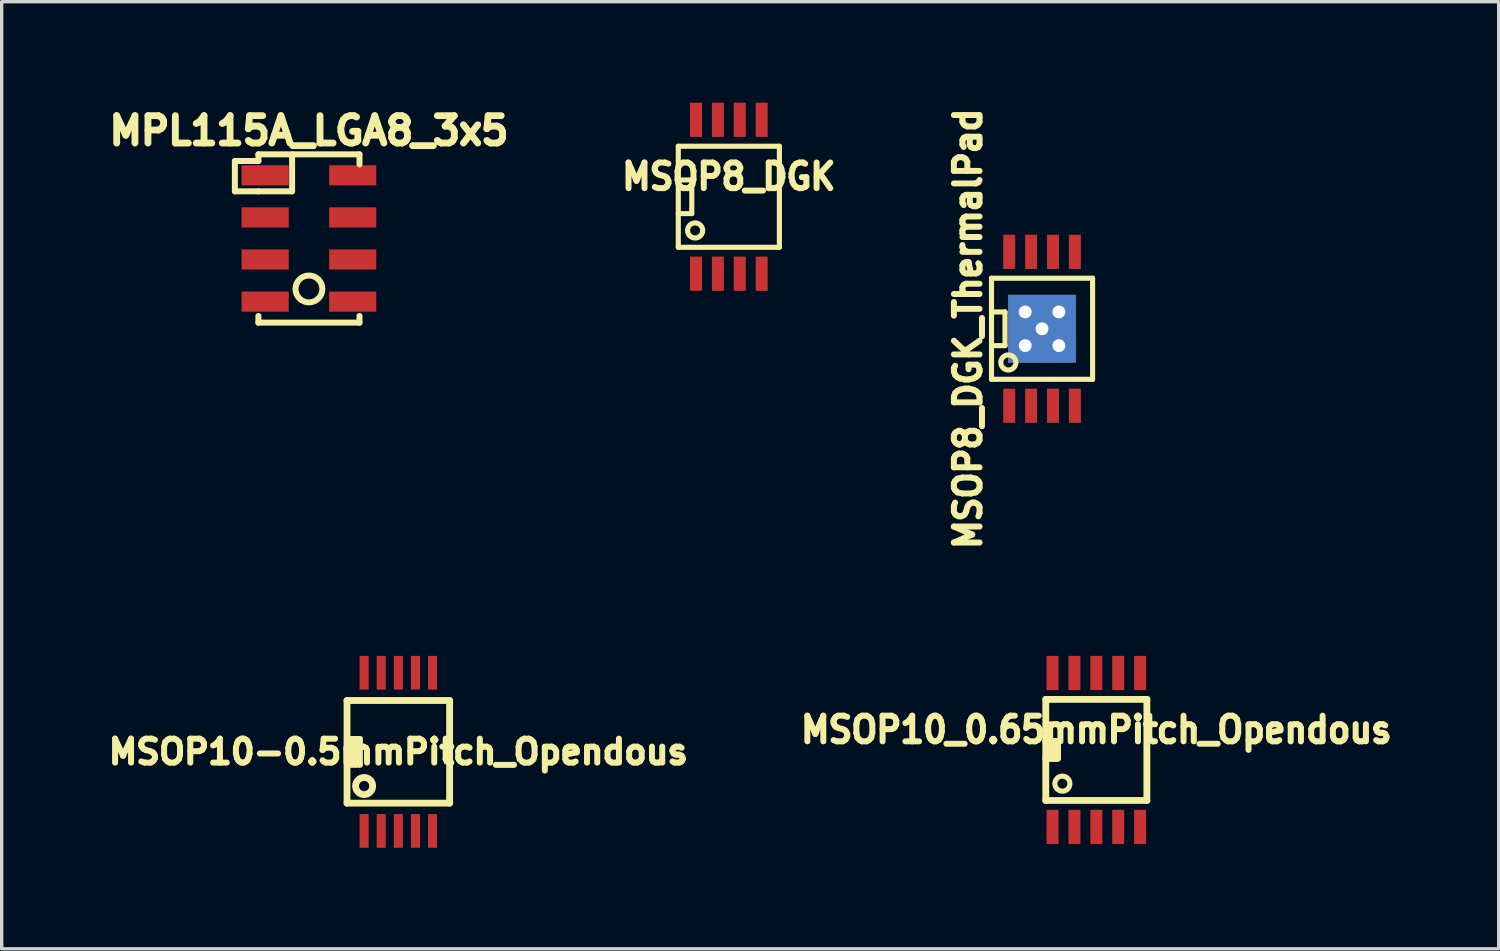
<source format=kicad_pcb>
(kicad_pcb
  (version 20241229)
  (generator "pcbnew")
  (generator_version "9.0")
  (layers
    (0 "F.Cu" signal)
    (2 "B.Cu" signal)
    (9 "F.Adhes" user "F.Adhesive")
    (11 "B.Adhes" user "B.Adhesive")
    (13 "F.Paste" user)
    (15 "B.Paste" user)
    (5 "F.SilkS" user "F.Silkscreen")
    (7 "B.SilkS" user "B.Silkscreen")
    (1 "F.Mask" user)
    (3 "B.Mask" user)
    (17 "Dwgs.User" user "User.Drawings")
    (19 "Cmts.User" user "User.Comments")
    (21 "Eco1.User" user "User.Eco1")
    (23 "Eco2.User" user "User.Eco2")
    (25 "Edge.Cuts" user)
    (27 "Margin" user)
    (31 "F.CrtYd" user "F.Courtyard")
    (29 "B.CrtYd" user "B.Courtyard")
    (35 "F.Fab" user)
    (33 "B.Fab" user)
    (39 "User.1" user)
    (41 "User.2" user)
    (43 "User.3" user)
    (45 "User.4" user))
  (footprint "MSOP10_0.65mmPitch_Opendous"
    (layer "F.Cu")
    (at 29.512 19.224)
    (property "Reference" "MSOP10_0.65mmPitch_Opendous" (at 0 -0.599 0) (layer "F.SilkS") (effects (font (size 0.762 0.711) (thickness 0.178))))
    (attr smd)
    (fp_line (start -1.501 -1.501) (end -1.501 1.501) (stroke (width 0.203) (type solid)) (layer "F.SilkS"))
    (fp_line (start -1.501 0.249) (end -1.25 0.249) (stroke (width 0.203) (type solid)) (layer "F.SilkS"))
    (fp_line (start -1.501 1.501) (end 1.501 1.501) (stroke (width 0.203) (type solid)) (layer "F.SilkS"))
    (fp_line (start -1.374 -0.249) (end -1.374 0.226) (stroke (width 0.203) (type solid)) (layer "F.SilkS"))
    (fp_line (start -1.326 -0.249) (end -1.151 -0.249) (stroke (width 0.203) (type solid)) (layer "F.SilkS"))
    (fp_line (start -1.25 -0.249) (end -1.501 -0.249) (stroke (width 0.203) (type solid)) (layer "F.SilkS"))
    (fp_line (start -1.25 0.249) (end -1.25 -0.249) (stroke (width 0.203) (type solid)) (layer "F.SilkS"))
    (fp_line (start -1.151 -0.249) (end -1.151 0.249) (stroke (width 0.203) (type solid)) (layer "F.SilkS"))
    (fp_line (start -1.151 0.249) (end -1.374 0.249) (stroke (width 0.203) (type solid)) (layer "F.SilkS"))
    (fp_line (start 1.501 -1.501) (end -1.501 -1.501) (stroke (width 0.203) (type solid)) (layer "F.SilkS"))
    (fp_line (start 1.501 1.501) (end 1.501 -1.501) (stroke (width 0.203) (type solid)) (layer "F.SilkS"))
    (fp_circle (center -1.008 1.001) (end -0.808 0.902) (stroke (width 0.152) (type solid)) (fill no) (layer "F.SilkS"))
    (pad "1" smd rect (at -1.3 2.286) (size 0.356 1.016) (layers "F.Cu" "F.Mask" "F.Paste"))
    (pad "2" smd rect (at -0.65 2.286) (size 0.356 1.016) (layers "F.Cu" "F.Mask" "F.Paste"))
    (pad "3" smd rect (at 0 2.286) (size 0.356 1.016) (layers "F.Cu" "F.Mask" "F.Paste"))
    (pad "4" smd rect (at 0.65 2.286) (size 0.356 1.016) (layers "F.Cu" "F.Mask" "F.Paste"))
    (pad "5" smd rect (at 1.3 2.286) (size 0.356 1.016) (layers "F.Cu" "F.Mask" "F.Paste"))
    (pad "6" smd rect (at 1.3 -2.286) (size 0.356 1.016) (layers "F.Cu" "F.Mask" "F.Paste"))
    (pad "7" smd rect (at 0.65 -2.286) (size 0.356 1.016) (layers "F.Cu" "F.Mask" "F.Paste"))
    (pad "8" smd rect (at 0 -2.286) (size 0.356 1.016) (layers "F.Cu" "F.Mask" "F.Paste"))
    (pad "9" smd rect (at -0.65 -2.286) (size 0.356 1.016) (layers "F.Cu" "F.Mask" "F.Paste"))
    (pad "10" smd rect (at -1.3 -2.286) (size 0.356 1.016) (layers "F.Cu" "F.Mask" "F.Paste")))
  (footprint "MSOP8_DGK_ThermalPad"
    (layer "F.Cu")
    (at 27.9 6.715)
    (property "Reference" "MSOP8_DGK_ThermalPad" (at -2.2 0 90) (layer "F.SilkS") (effects (font (size 0.762 0.711) (thickness 0.178))))
    (attr smd)
    (fp_line (start -1.501 -1.501) (end -1.501 1.501) (stroke (width 0.152) (type solid)) (layer "F.SilkS"))
    (fp_line (start -1.501 -0.5) (end -1.1 -0.5) (stroke (width 0.152) (type solid)) (layer "F.SilkS"))
    (fp_line (start -1.501 1.501) (end 1.501 1.501) (stroke (width 0.152) (type solid)) (layer "F.SilkS"))
    (fp_line (start -1.1 -0.5) (end -1.1 0.5) (stroke (width 0.152) (type solid)) (layer "F.SilkS"))
    (fp_line (start -1.1 0.5) (end -1.501 0.5) (stroke (width 0.152) (type solid)) (layer "F.SilkS"))
    (fp_line (start 1.501 -1.501) (end -1.501 -1.501) (stroke (width 0.152) (type solid)) (layer "F.SilkS"))
    (fp_line (start 1.501 1.501) (end 1.501 -1.501) (stroke (width 0.152) (type solid)) (layer "F.SilkS"))
    (fp_circle (center -1.001 1.001) (end -0.8 0.902) (stroke (width 0.152) (type solid)) (fill no) (layer "F.SilkS"))
    (pad "1" smd rect (at -0.975 2.286) (size 0.356 1.016) (layers "F.Cu" "F.Mask" "F.Paste"))
    (pad "2" smd rect (at -0.325 2.286) (size 0.356 1.016) (layers "F.Cu" "F.Mask" "F.Paste"))
    (pad "3" smd rect (at 0.325 2.286) (size 0.356 1.016) (layers "F.Cu" "F.Mask" "F.Paste"))
    (pad "4" smd rect (at 0.975 2.286) (size 0.356 1.016) (layers "F.Cu" "F.Mask" "F.Paste"))
    (pad "5" smd rect (at 0.975 -2.286) (size 0.356 1.016) (layers "F.Cu" "F.Mask" "F.Paste"))
    (pad "6" smd rect (at 0.325 -2.286) (size 0.356 1.016) (layers "F.Cu" "F.Mask" "F.Paste"))
    (pad "7" smd rect (at -0.325 -2.286) (size 0.356 1.016) (layers "F.Cu" "F.Mask" "F.Paste"))
    (pad "8" smd rect (at -0.975 -2.286) (size 0.356 1.016) (layers "F.Cu" "F.Mask" "F.Paste"))
    (pad "9" thru_hole rect (at -0.5 -0.5) (size 1.016 1.016) (drill 0.381) (layers "*.Cu" "F.Mask"))
    (pad "9" thru_hole rect (at -0.5 0.5) (size 1.016 1.016) (drill 0.381) (layers "*.Cu" "F.Mask"))
    (pad "9" thru_hole rect (at 0 0) (size 1.651 1.651) (drill 0.381) (layers "*.Cu" "F.Mask" "F.Paste"))
    (pad "9" thru_hole rect (at 0.5 -0.5) (size 1.016 1.016) (drill 0.381) (layers "*.Cu" "F.Mask"))
    (pad "9" thru_hole rect (at 0.5 0.5) (size 1.016 1.016) (drill 0.381) (layers "*.Cu" "F.Mask")))
  (footprint "MPL115A_LGA8_3x5"
    (layer "F.Cu")
    (at 6.126 4.033)
    (property "Reference" "MPL115A_LGA8_3x5" (at 0 -3.2 0) (layer "F.SilkS") (effects (font (size 0.813 0.813) (thickness 0.203))))
    (attr smd)
    (fp_line (start -2.2 -2.301) (end -1.501 -2.301) (stroke (width 0.178) (type solid)) (layer "F.SilkS"))
    (fp_line (start -2.2 -1.4) (end -2.2 -2.301) (stroke (width 0.178) (type solid)) (layer "F.SilkS"))
    (fp_line (start -1.501 -2.499) (end -1.501 -2.301) (stroke (width 0.178) (type solid)) (layer "F.SilkS"))
    (fp_line (start -1.501 -2.499) (end 1.501 -2.499) (stroke (width 0.178) (type solid)) (layer "F.SilkS"))
    (fp_line (start -1.501 -1.4) (end -2.2 -1.4) (stroke (width 0.178) (type solid)) (layer "F.SilkS"))
    (fp_line (start -1.501 2.499) (end -1.501 2.301) (stroke (width 0.178) (type solid)) (layer "F.SilkS"))
    (fp_line (start -1.501 2.499) (end 1.501 2.499) (stroke (width 0.178) (type solid)) (layer "F.SilkS"))
    (fp_line (start -0.5 -2.499) (end -0.5 -1.4) (stroke (width 0.178) (type solid)) (layer "F.SilkS"))
    (fp_line (start -0.5 -1.4) (end -1.501 -1.4) (stroke (width 0.178) (type solid)) (layer "F.SilkS"))
    (fp_line (start 1.501 -2.499) (end 1.501 -2.2) (stroke (width 0.178) (type solid)) (layer "F.SilkS"))
    (fp_line (start 1.501 2.499) (end 1.501 2.301) (stroke (width 0.178) (type solid)) (layer "F.SilkS"))
    (fp_circle (center 0 1.499) (end 0.399 1.499) (stroke (width 0.178) (type solid)) (fill no) (layer "F.SilkS"))
    (pad "1" smd rect (at -1.3 -1.875) (size 1.4 0.599) (layers "F.Cu" "F.Mask" "F.Paste"))
    (pad "2" smd rect (at -1.3 -0.625) (size 1.4 0.599) (layers "F.Cu" "F.Mask" "F.Paste"))
    (pad "3" smd rect (at -1.3 0.625) (size 1.4 0.599) (layers "F.Cu" "F.Mask" "F.Paste"))
    (pad "4" smd rect (at -1.3 1.875) (size 1.4 0.599) (layers "F.Cu" "F.Mask" "F.Paste"))
    (pad "5" smd rect (at 1.3 1.875) (size 1.4 0.599) (layers "F.Cu" "F.Mask" "F.Paste"))
    (pad "6" smd rect (at 1.3 0.625) (size 1.4 0.599) (layers "F.Cu" "F.Mask" "F.Paste"))
    (pad "7" smd rect (at 1.3 -0.625) (size 1.4 0.599) (layers "F.Cu" "F.Mask" "F.Paste"))
    (pad "8" smd rect (at 1.3 -1.875) (size 1.4 0.599) (layers "F.Cu" "F.Mask" "F.Paste")))
  (footprint "MSOP8_DGK"
    (layer "F.Cu")
    (at 18.597 2.794)
    (property "Reference" "MSOP8_DGK" (at 0 -0.599 0) (layer "F.SilkS") (effects (font (size 0.762 0.711) (thickness 0.178))))
    (attr smd)
    (fp_line (start -1.501 -1.501) (end -1.501 1.501) (stroke (width 0.152) (type solid)) (layer "F.SilkS"))
    (fp_line (start -1.501 -0.5) (end -1.1 -0.5) (stroke (width 0.152) (type solid)) (layer "F.SilkS"))
    (fp_line (start -1.501 1.501) (end 1.501 1.501) (stroke (width 0.152) (type solid)) (layer "F.SilkS"))
    (fp_line (start -1.1 -0.5) (end -1.1 0.5) (stroke (width 0.152) (type solid)) (layer "F.SilkS"))
    (fp_line (start -1.1 0.5) (end -1.501 0.5) (stroke (width 0.152) (type solid)) (layer "F.SilkS"))
    (fp_line (start 1.501 -1.501) (end -1.501 -1.501) (stroke (width 0.152) (type solid)) (layer "F.SilkS"))
    (fp_line (start 1.501 1.501) (end 1.501 -1.501) (stroke (width 0.152) (type solid)) (layer "F.SilkS"))
    (fp_circle (center -1.001 1.001) (end -0.8 0.902) (stroke (width 0.152) (type solid)) (fill no) (layer "F.SilkS"))
    (pad "1" smd rect (at -0.975 2.286) (size 0.356 1.016) (layers "F.Cu" "F.Mask" "F.Paste"))
    (pad "2" smd rect (at -0.325 2.286) (size 0.356 1.016) (layers "F.Cu" "F.Mask" "F.Paste"))
    (pad "3" smd rect (at 0.325 2.286) (size 0.356 1.016) (layers "F.Cu" "F.Mask" "F.Paste"))
    (pad "4" smd rect (at 0.975 2.286) (size 0.356 1.016) (layers "F.Cu" "F.Mask" "F.Paste"))
    (pad "5" smd rect (at 0.975 -2.286) (size 0.356 1.016) (layers "F.Cu" "F.Mask" "F.Paste"))
    (pad "6" smd rect (at 0.325 -2.286) (size 0.356 1.016) (layers "F.Cu" "F.Mask" "F.Paste"))
    (pad "7" smd rect (at -0.325 -2.286) (size 0.356 1.016) (layers "F.Cu" "F.Mask" "F.Paste"))
    (pad "8" smd rect (at -0.975 -2.286) (size 0.356 1.016) (layers "F.Cu" "F.Mask" "F.Paste")))
  (footprint "MSOP10-0.5mmPitch_Opendous"
    (layer "F.Cu")
    (at 8.781 19.28)
    (property "Reference" "MSOP10-0.5mmPitch_Opendous" (at 0 0 0) (layer "F.SilkS") (effects (font (size 0.711 0.711) (thickness 0.178))))
    (attr smd)
    (fp_line (start -1.524 -1.524) (end 1.524 -1.524) (stroke (width 0.203) (type solid)) (layer "F.SilkS"))
    (fp_line (start -1.524 -0.381) (end -1.143 -0.381) (stroke (width 0.178) (type solid)) (layer "F.SilkS"))
    (fp_line (start -1.524 1.524) (end -1.524 -1.524) (stroke (width 0.203) (type solid)) (layer "F.SilkS"))
    (fp_line (start -1.397 0.381) (end -1.397 -0.381) (stroke (width 0.178) (type solid)) (layer "F.SilkS"))
    (fp_line (start -1.27 0.381) (end -1.27 -0.381) (stroke (width 0.178) (type solid)) (layer "F.SilkS"))
    (fp_line (start -1.143 -0.381) (end -1.143 0.381) (stroke (width 0.178) (type solid)) (layer "F.SilkS"))
    (fp_line (start -1.143 0.381) (end -1.524 0.381) (stroke (width 0.178) (type solid)) (layer "F.SilkS"))
    (fp_line (start 1.524 -1.524) (end 1.524 1.524) (stroke (width 0.203) (type solid)) (layer "F.SilkS"))
    (fp_line (start 1.524 1.524) (end -1.524 1.524) (stroke (width 0.203) (type solid)) (layer "F.SilkS"))
    (fp_circle (center -1.016 1.016) (end -1.016 0.762) (stroke (width 0.203) (type solid)) (fill no) (layer "F.SilkS"))
    (pad "1" smd rect (at -1.016 2.349) (size 0.269 1.001) (layers "F.Cu" "F.Mask" "F.Paste"))
    (pad "2" smd rect (at -0.508 2.349) (size 0.269 1.001) (layers "F.Cu" "F.Mask" "F.Paste"))
    (pad "3" smd rect (at 0 2.349) (size 0.269 1.001) (layers "F.Cu" "F.Mask" "F.Paste"))
    (pad "4" smd rect (at 0.508 2.349) (size 0.269 1.001) (layers "F.Cu" "F.Mask" "F.Paste"))
    (pad "5" smd rect (at 1.016 2.349) (size 0.269 1.001) (layers "F.Cu" "F.Mask" "F.Paste"))
    (pad "6" smd rect (at 1.016 -2.349) (size 0.269 1.001) (layers "F.Cu" "F.Mask" "F.Paste"))
    (pad "7" smd rect (at 0.508 -2.349) (size 0.269 1.001) (layers "F.Cu" "F.Mask" "F.Paste"))
    (pad "8" smd rect (at 0 -2.349) (size 0.269 1.001) (layers "F.Cu" "F.Mask" "F.Paste"))
    (pad "9" smd rect (at -0.508 -2.349) (size 0.269 1.001) (layers "F.Cu" "F.Mask" "F.Paste"))
    (pad "10" smd rect (at -1.016 -2.349) (size 0.269 1.001) (layers "F.Cu" "F.Mask" "F.Paste")))
  (gr_rect
    (start -3 -3)
    (end 41.462 25.13)
    (stroke (width 0.1) (type default))
    (fill no)
    (layer "Edge.Cuts")))
</source>
